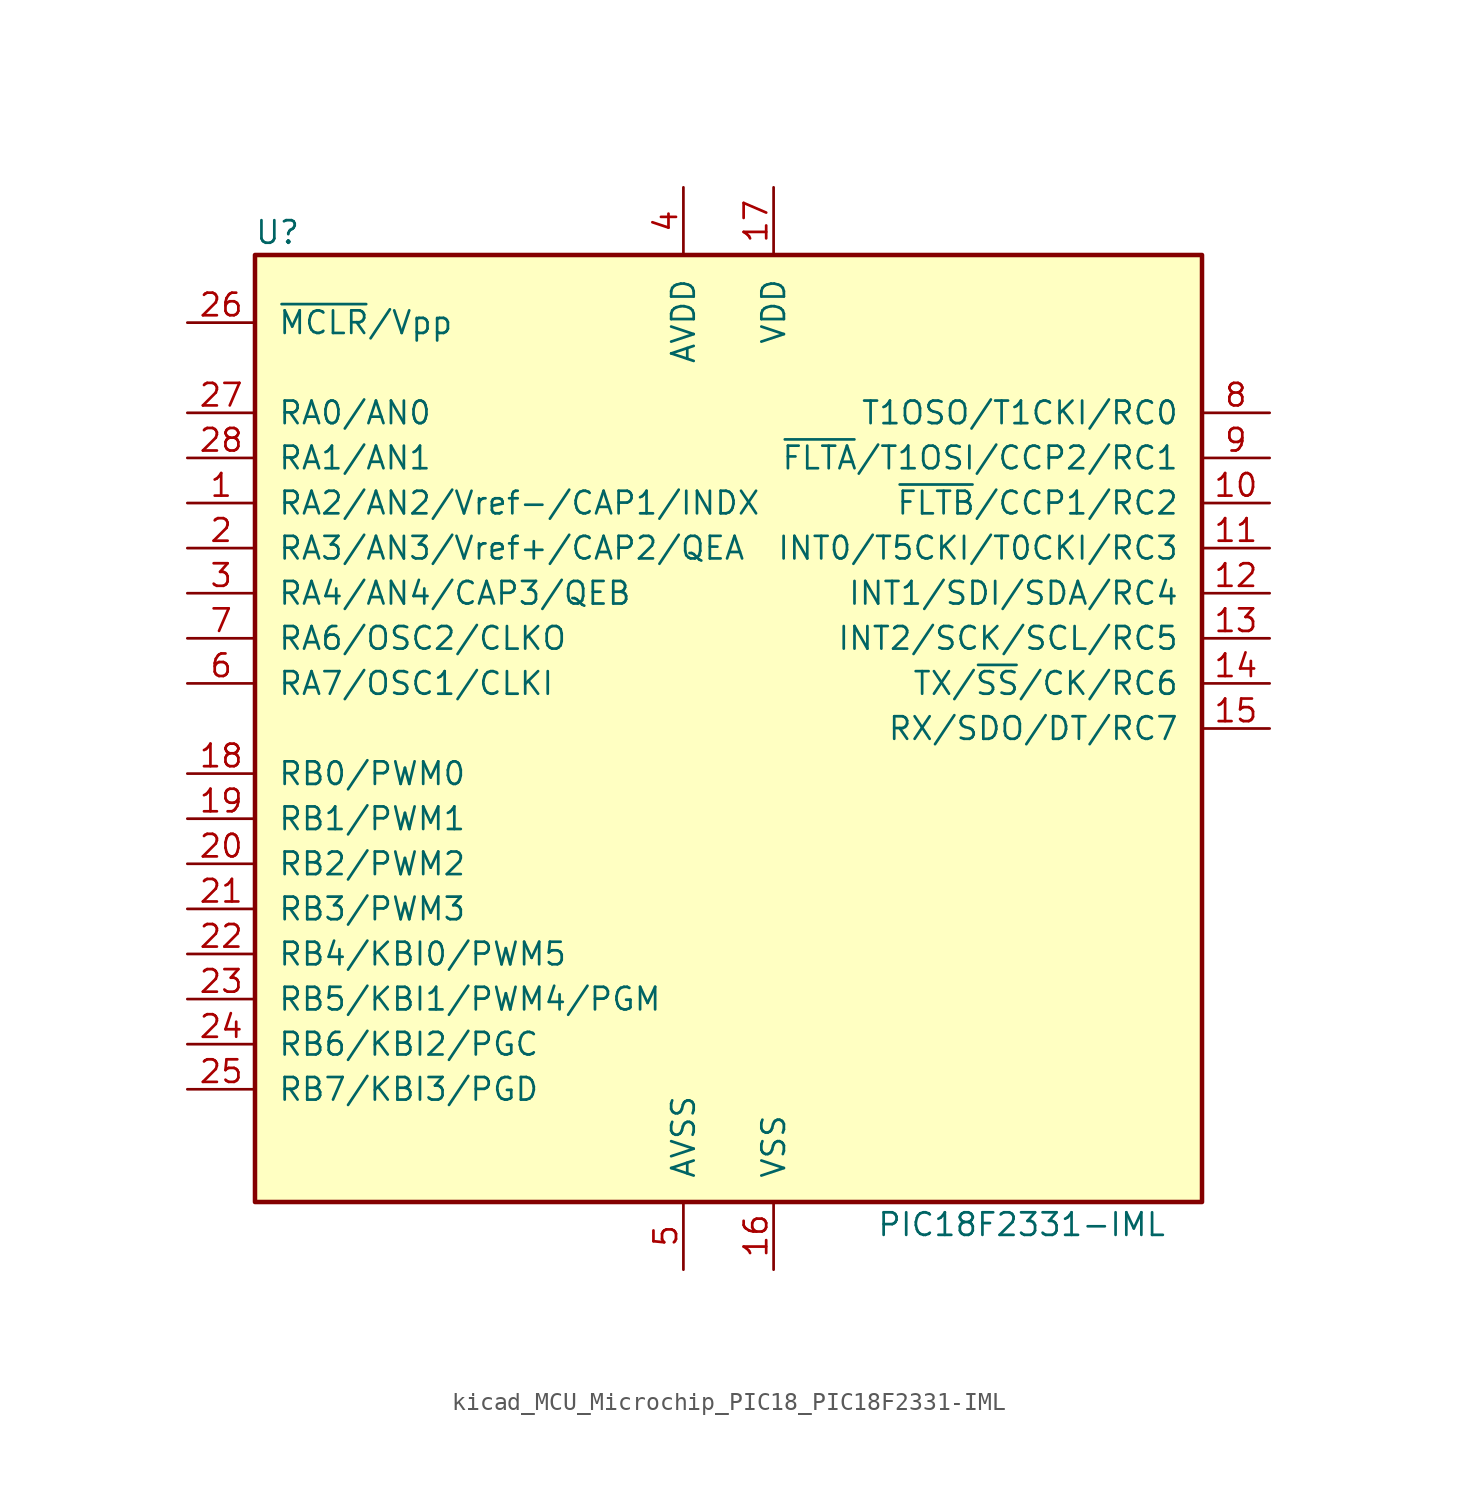
<source format=kicad_sym>
(kicad_symbol_lib
  (version 20220914)
  (generator kicad_symbol_editor)
  (symbol "kicad_MCU_Microchip_PIC18_PIC18F2331-IML"
    (pin_names
      (offset 1.27))
    (property "Reference" "U"
      (at -25.4 27.94 0)
      (effects (font (size 1.27 1.27))))
    (property "Value" "PIC18F2331-IML"
      (at 16.51 -27.94 0)
      (effects (font (size 1.27 1.27))))
    (symbol "kicad_MCU_Microchip_PIC18_PIC18F2331-IML_0_1"
      (rectangle (start -26.67 26.67) (end 26.67 -26.67) (stroke (width 0.254) (type default)) (fill (type background))))
    (symbol "kicad_MCU_Microchip_PIC18_PIC18F2331-IML_1_1"
      (pin bidirectional line (at -30.48 12.7 0) (length 3.81) (name "RA2/AN2/Vref-/CAP1/INDX" (effects (font (size 1.27 1.27)))) (number "1" (effects (font (size 1.27 1.27)))))
      (pin bidirectional line (at 30.48 12.7 180) (length 3.81) (name "~{FLTB}/CCP1/RC2" (effects (font (size 1.27 1.27)))) (number "10" (effects (font (size 1.27 1.27)))))
      (pin bidirectional line (at 30.48 10.16 180) (length 3.81) (name "INT0/T5CKI/T0CKI/RC3" (effects (font (size 1.27 1.27)))) (number "11" (effects (font (size 1.27 1.27)))))
      (pin bidirectional line (at 30.48 7.62 180) (length 3.81) (name "INT1/SDI/SDA/RC4" (effects (font (size 1.27 1.27)))) (number "12" (effects (font (size 1.27 1.27)))))
      (pin bidirectional line (at 30.48 5.08 180) (length 3.81) (name "INT2/SCK/SCL/RC5" (effects (font (size 1.27 1.27)))) (number "13" (effects (font (size 1.27 1.27)))))
      (pin bidirectional line (at 30.48 2.54 180) (length 3.81) (name "TX/~{SS}/CK/RC6" (effects (font (size 1.27 1.27)))) (number "14" (effects (font (size 1.27 1.27)))))
      (pin bidirectional line (at 30.48 0 180) (length 3.81) (name "RX/SDO/DT/RC7" (effects (font (size 1.27 1.27)))) (number "15" (effects (font (size 1.27 1.27)))))
      (pin power_in line (at 2.54 -30.48 90) (length 3.81) (name "VSS" (effects (font (size 1.27 1.27)))) (number "16" (effects (font (size 1.27 1.27)))))
      (pin power_in line (at 2.54 30.48 270) (length 3.81) (name "VDD" (effects (font (size 1.27 1.27)))) (number "17" (effects (font (size 1.27 1.27)))))
      (pin bidirectional line (at -30.48 -2.54 0) (length 3.81) (name "RB0/PWM0" (effects (font (size 1.27 1.27)))) (number "18" (effects (font (size 1.27 1.27)))))
      (pin bidirectional line (at -30.48 -5.08 0) (length 3.81) (name "RB1/PWM1" (effects (font (size 1.27 1.27)))) (number "19" (effects (font (size 1.27 1.27)))))
      (pin bidirectional line (at -30.48 10.16 0) (length 3.81) (name "RA3/AN3/Vref+/CAP2/QEA" (effects (font (size 1.27 1.27)))) (number "2" (effects (font (size 1.27 1.27)))))
      (pin bidirectional line (at -30.48 -7.62 0) (length 3.81) (name "RB2/PWM2" (effects (font (size 1.27 1.27)))) (number "20" (effects (font (size 1.27 1.27)))))
      (pin bidirectional line (at -30.48 -10.16 0) (length 3.81) (name "RB3/PWM3" (effects (font (size 1.27 1.27)))) (number "21" (effects (font (size 1.27 1.27)))))
      (pin bidirectional line (at -30.48 -12.7 0) (length 3.81) (name "RB4/KBI0/PWM5" (effects (font (size 1.27 1.27)))) (number "22" (effects (font (size 1.27 1.27)))))
      (pin bidirectional line (at -30.48 -15.24 0) (length 3.81) (name "RB5/KBI1/PWM4/PGM" (effects (font (size 1.27 1.27)))) (number "23" (effects (font (size 1.27 1.27)))))
      (pin bidirectional line (at -30.48 -17.78 0) (length 3.81) (name "RB6/KBI2/PGC" (effects (font (size 1.27 1.27)))) (number "24" (effects (font (size 1.27 1.27)))))
      (pin bidirectional line (at -30.48 -20.32 0) (length 3.81) (name "RB7/KBI3/PGD" (effects (font (size 1.27 1.27)))) (number "25" (effects (font (size 1.27 1.27)))))
      (pin input line (at -30.48 22.86 0) (length 3.81) (name "~{MCLR}/Vpp" (effects (font (size 1.27 1.27)))) (number "26" (effects (font (size 1.27 1.27)))))
      (pin bidirectional line (at -30.48 17.78 0) (length 3.81) (name "RA0/AN0" (effects (font (size 1.27 1.27)))) (number "27" (effects (font (size 1.27 1.27)))))
      (pin bidirectional line (at -30.48 15.24 0) (length 3.81) (name "RA1/AN1" (effects (font (size 1.27 1.27)))) (number "28" (effects (font (size 1.27 1.27)))))
      (pin bidirectional line (at -30.48 7.62 0) (length 3.81) (name "RA4/AN4/CAP3/QEB" (effects (font (size 1.27 1.27)))) (number "3" (effects (font (size 1.27 1.27)))))
      (pin power_in line (at -2.54 30.48 270) (length 3.81) (name "AVDD" (effects (font (size 1.27 1.27)))) (number "4" (effects (font (size 1.27 1.27)))))
      (pin power_in line (at -2.54 -30.48 90) (length 3.81) (name "AVSS" (effects (font (size 1.27 1.27)))) (number "5" (effects (font (size 1.27 1.27)))))
      (pin bidirectional line (at -30.48 2.54 0) (length 3.81) (name "RA7/OSC1/CLKI" (effects (font (size 1.27 1.27)))) (number "6" (effects (font (size 1.27 1.27)))))
      (pin bidirectional line (at -30.48 5.08 0) (length 3.81) (name "RA6/OSC2/CLKO" (effects (font (size 1.27 1.27)))) (number "7" (effects (font (size 1.27 1.27)))))
      (pin bidirectional line (at 30.48 17.78 180) (length 3.81) (name "T1OSO/T1CKI/RC0" (effects (font (size 1.27 1.27)))) (number "8" (effects (font (size 1.27 1.27)))))
      (pin bidirectional line (at 30.48 15.24 180) (length 3.81) (name "~{FLTA}/T1OSI/CCP2/RC1" (effects (font (size 1.27 1.27)))) (number "9" (effects (font (size 1.27 1.27))))))))
</source>
